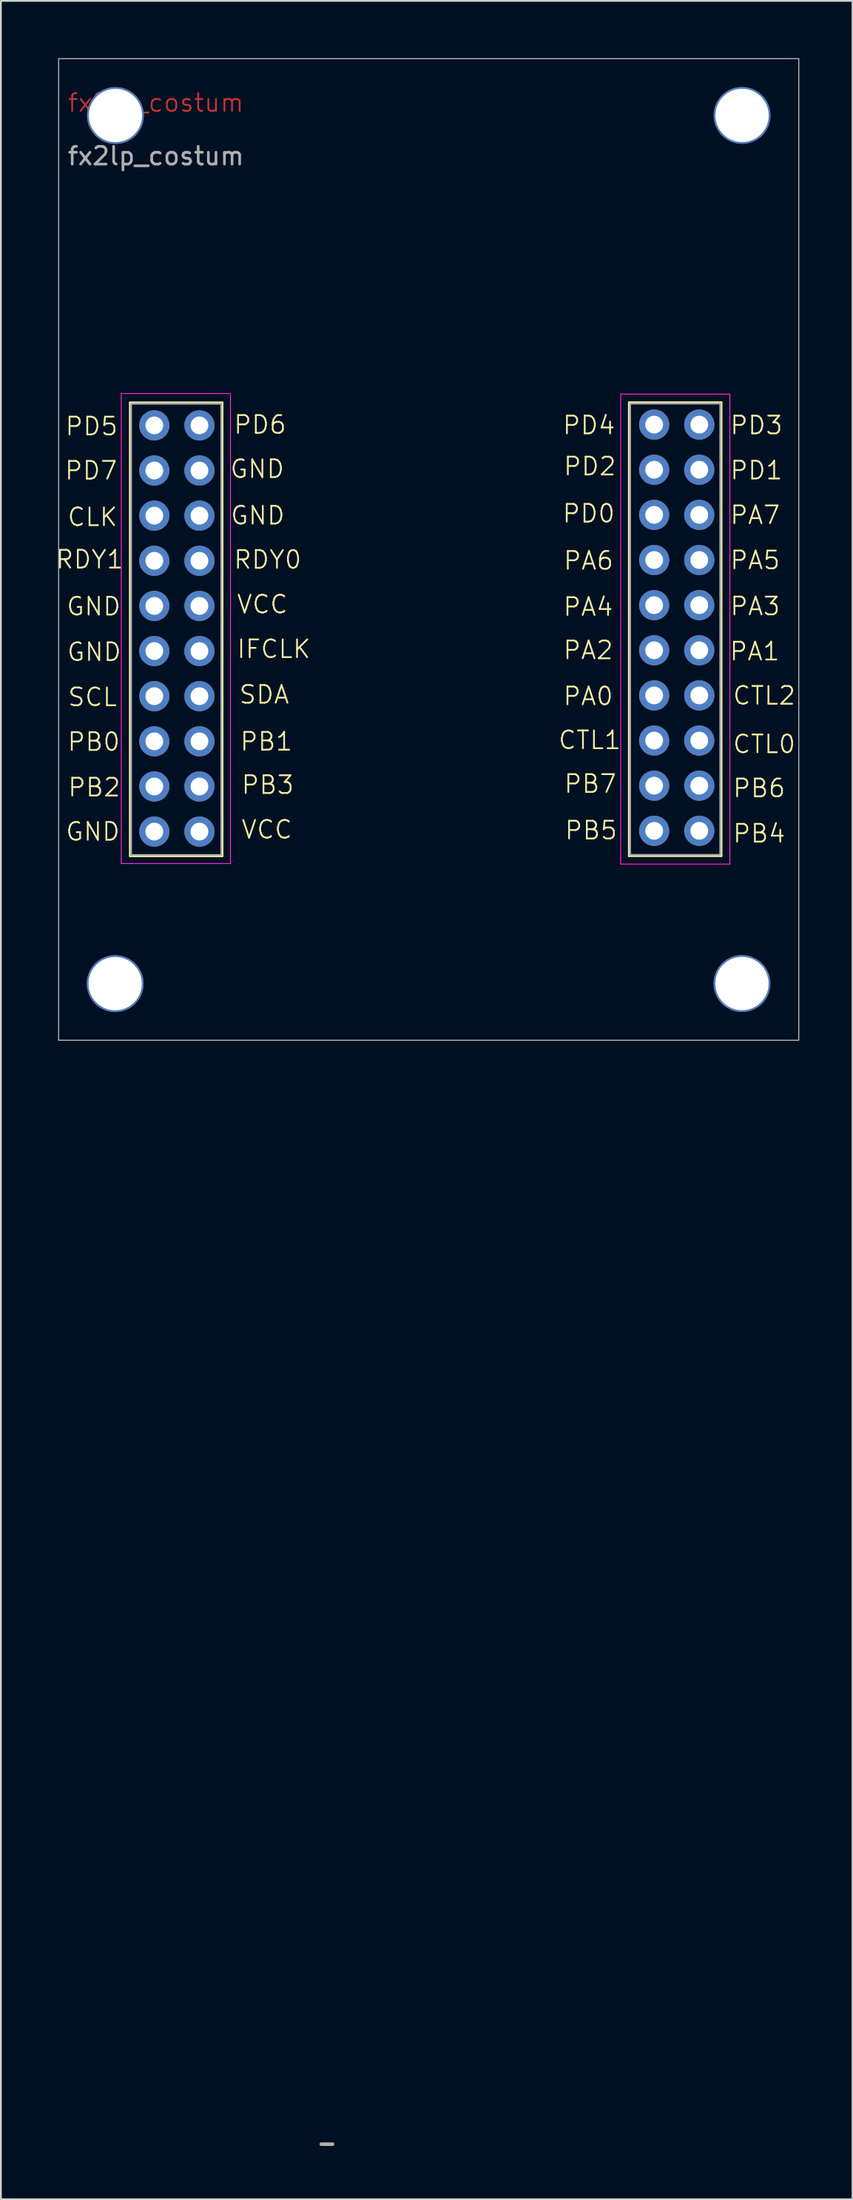
<source format=kicad_pcb>
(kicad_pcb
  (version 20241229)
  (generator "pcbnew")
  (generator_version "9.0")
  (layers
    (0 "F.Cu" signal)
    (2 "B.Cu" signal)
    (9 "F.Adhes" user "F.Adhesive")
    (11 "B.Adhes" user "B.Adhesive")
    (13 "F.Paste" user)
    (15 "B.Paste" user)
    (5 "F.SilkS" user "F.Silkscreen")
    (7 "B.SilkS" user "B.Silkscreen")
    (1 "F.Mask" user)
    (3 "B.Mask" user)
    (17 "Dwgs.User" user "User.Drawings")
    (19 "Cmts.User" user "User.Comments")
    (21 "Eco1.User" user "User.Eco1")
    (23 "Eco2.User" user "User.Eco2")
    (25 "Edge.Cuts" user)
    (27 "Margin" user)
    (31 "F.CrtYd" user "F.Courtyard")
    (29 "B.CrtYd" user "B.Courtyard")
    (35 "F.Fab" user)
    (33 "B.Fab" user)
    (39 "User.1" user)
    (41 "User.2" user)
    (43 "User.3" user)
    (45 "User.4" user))
  (footprint "fx2lp_costum"
    (layer "F.Cu")
    (at 0.25 0.25)
    (property "Reference" "fx2lp_costum" (at 5.48 2.48 0) (unlocked yes) (layer "F.Cu") (effects (font (size 1 1) (thickness 0.1))))
    (attr through_hole)
    (fp_line (start 7.93 25.719) (end 7.93 25.219) (stroke (width 0.2) (type default)) (layer "F.Cu"))
    (fp_line (start 4.021 19.356) (end 9.221 19.356) (stroke (width 0.12) (type solid)) (layer "F.SilkS"))
    (fp_line (start 4.021 19.36) (end 4.021 44.876) (stroke (width 0.12) (type solid)) (layer "F.SilkS"))
    (fp_line (start 4.021 44.876) (end 9.221 44.876) (stroke (width 0.12) (type solid)) (layer "F.SilkS"))
    (fp_line (start 9.221 19.356) (end 9.221 44.876) (stroke (width 0.12) (type solid)) (layer "F.SilkS"))
    (fp_line (start 32.119 19.348) (end 32.119 44.868) (stroke (width 0.12) (type solid)) (layer "F.SilkS"))
    (fp_line (start 32.119 44.868) (end 37.319 44.868) (stroke (width 0.12) (type solid)) (layer "F.SilkS"))
    (fp_line (start 32.145 19.348) (end 37.319 19.348) (stroke (width 0.12) (type solid)) (layer "F.SilkS"))
    (fp_line (start 37.319 19.348) (end 37.319 44.868) (stroke (width 0.12) (type solid)) (layer "F.SilkS"))
    (fp_rect (start 0 0) (end 41.68 55.24) (stroke (width 0.05) (type solid)) (fill no) (layer "Edge.Cuts"))
    (fp_line (start 3.526 18.846) (end 3.526 45.296) (stroke (width 0.05) (type solid)) (layer "F.CrtYd"))
    (fp_line (start 3.526 45.296) (end 9.676 45.296) (stroke (width 0.05) (type solid)) (layer "F.CrtYd"))
    (fp_line (start 9.676 18.846) (end 3.526 18.846) (stroke (width 0.05) (type solid)) (layer "F.CrtYd"))
    (fp_line (start 9.676 45.296) (end 9.676 18.846) (stroke (width 0.05) (type solid)) (layer "F.CrtYd"))
    (fp_line (start 31.649 18.878) (end 31.649 45.328) (stroke (width 0.05) (type solid)) (layer "F.CrtYd"))
    (fp_line (start 31.649 45.328) (end 37.799 45.328) (stroke (width 0.05) (type solid)) (layer "F.CrtYd"))
    (fp_line (start 37.799 18.878) (end 31.649 18.878) (stroke (width 0.05) (type solid)) (layer "F.CrtYd"))
    (fp_line (start 37.799 45.328) (end 37.799 18.878) (stroke (width 0.05) (type solid)) (layer "F.CrtYd"))
    (fp_line (start 4.081 19.416) (end 9.161 19.416) (stroke (width 0.1) (type solid)) (layer "F.Fab"))
    (fp_line (start 4.081 44.816) (end 4.081 19.445) (stroke (width 0.1) (type solid)) (layer "F.Fab"))
    (fp_line (start 9.161 19.416) (end 9.161 44.816) (stroke (width 0.1) (type solid)) (layer "F.Fab"))
    (fp_line (start 9.161 44.816) (end 4.081 44.816) (stroke (width 0.1) (type solid)) (layer "F.Fab"))
    (fp_line (start 15.425 117.365) (end 14.79 117.365) (stroke (width 0.2) (type solid)) (layer "F.Fab"))
    (fp_line (start 32.179 19.408) (end 37.259 19.408) (stroke (width 0.1) (type solid)) (layer "F.Fab"))
    (fp_line (start 32.179 44.808) (end 32.179 19.415) (stroke (width 0.1) (type solid)) (layer "F.Fab"))
    (fp_line (start 37.259 19.408) (end 37.259 44.808) (stroke (width 0.1) (type solid)) (layer "F.Fab"))
    (fp_line (start 37.259 44.808) (end 32.179 44.808) (stroke (width 0.1) (type solid)) (layer "F.Fab"))
    (fp_text user "RDY1" (at -0.222 28.769 0) (unlocked yes) (layer "F.SilkS") (effects (font (size 1 1) (thickness 0.1)) (justify left bottom)))
    (fp_text user "PB2" (at 0.464 41.596 0) (unlocked yes) (layer "F.SilkS") (effects (font (size 1 1) (thickness 0.1)) (justify left bottom)))
    (fp_text user "CTL1" (at 28.079 38.934 0) (unlocked yes) (layer "F.SilkS") (effects (font (size 1 1) (thickness 0.1)) (justify left bottom)))
    (fp_text user "PB0" (at 0.438 39.031 0) (unlocked yes) (layer "F.SilkS") (effects (font (size 1 1) (thickness 0.1)) (justify left bottom)))
    (fp_text user "PB5" (at 28.439 44.014 0) (unlocked yes) (layer "F.SilkS") (effects (font (size 1 1) (thickness 0.1)) (justify left bottom)))
    (fp_text user "CLK" (at 0.438 26.382 0) (unlocked yes) (layer "F.SilkS") (effects (font (size 1 1) (thickness 0.1)) (justify left bottom)))
    (fp_text user "PD0" (at 28.309 26.184 0) (unlocked yes) (layer "F.SilkS") (effects (font (size 1 1) (thickness 0.1)) (justify left bottom)))
    (fp_text user "CTL0" (at 37.903 39.161 0) (unlocked yes) (layer "F.SilkS") (effects (font (size 1 1) (thickness 0.1)) (justify left bottom)))
    (fp_text user "PA1" (at 37.725 33.941 0) (unlocked yes) (layer "F.SilkS") (effects (font (size 1 1) (thickness 0.1)) (justify left bottom)))
    (fp_text user "GND" (at 0.413 33.976 0) (unlocked yes) (layer "F.SilkS") (effects (font (size 1 1) (thickness 0.1)) (justify left bottom)))
    (fp_text user "PD3" (at 37.75 21.216 0) (unlocked yes) (layer "F.SilkS") (effects (font (size 1 1) (thickness 0.1)) (justify left bottom)))
    (fp_text user "PA0" (at 28.349 36.464 0) (unlocked yes) (layer "F.SilkS") (effects (font (size 1 1) (thickness 0.1)) (justify left bottom)))
    (fp_text user "PD5" (at 0.311 21.276 0) (unlocked yes) (layer "F.SilkS") (effects (font (size 1 1) (thickness 0.1)) (justify left bottom)))
    (fp_text user "PB7" (at 28.399 41.394 0) (unlocked yes) (layer "F.SilkS") (effects (font (size 1 1) (thickness 0.1)) (justify left bottom)))
    (fp_text user "PB6" (at 37.903 41.641 0) (unlocked yes) (layer "F.SilkS") (effects (font (size 1 1) (thickness 0.1)) (justify left bottom)))
    (fp_text user "PA3" (at 37.75 31.401 0) (unlocked yes) (layer "F.SilkS") (effects (font (size 1 1) (thickness 0.1)) (justify left bottom)))
    (fp_text user "PB1" (at 10.157 39.017 0) (unlocked yes) (layer "F.SilkS") (effects (font (size 1 1) (thickness 0.1)) (justify left bottom)))
    (fp_text user "SDA" (at 10.106 36.375 0) (unlocked yes) (layer "F.SilkS") (effects (font (size 1 1) (thickness 0.1)) (justify left bottom)))
    (fp_text user "PD7" (at 0.286 23.765 0) (unlocked yes) (layer "F.SilkS") (effects (font (size 1 1) (thickness 0.1)) (justify left bottom)))
    (fp_text user "PD2" (at 28.371 23.527 0) (unlocked yes) (layer "F.SilkS") (effects (font (size 1 1) (thickness 0.1)) (justify left bottom)))
    (fp_text user "VCC" (at 9.979 31.295 0) (unlocked yes) (layer "F.SilkS") (effects (font (size 1 1) (thickness 0.1)) (justify left bottom)))
    (fp_text user "PD6" (at 9.801 21.186 0) (unlocked yes) (layer "F.SilkS") (effects (font (size 1 1) (thickness 0.1)) (justify left bottom)))
    (fp_text user "PA7" (at 37.75 26.27 0) (unlocked yes) (layer "F.SilkS") (effects (font (size 1 1) (thickness 0.1)) (justify left bottom)))
    (fp_text user "PA4" (at 28.349 31.434 0) (unlocked yes) (layer "F.SilkS") (effects (font (size 1 1) (thickness 0.1)) (justify left bottom)))
    (fp_text user "PB4" (at 37.903 44.191 0) (unlocked yes) (layer "F.SilkS") (effects (font (size 1 1) (thickness 0.1)) (justify left bottom)))
    (fp_text user "GND" (at 0.387 31.411 0) (unlocked yes) (layer "F.SilkS") (effects (font (size 1 1) (thickness 0.1)) (justify left bottom)))
    (fp_text user "GND" (at 9.598 23.675 0) (unlocked yes) (layer "F.SilkS") (effects (font (size 1 1) (thickness 0.1)) (justify left bottom)))
    (fp_text user "IFCLK" (at 9.979 33.81 0) (unlocked yes) (layer "F.SilkS") (effects (font (size 1 1) (thickness 0.1)) (justify left bottom)))
    (fp_text user "SCL" (at 0.464 36.516 0) (unlocked yes) (layer "F.SilkS") (effects (font (size 1 1) (thickness 0.1)) (justify left bottom)))
    (fp_text user "PB3" (at 10.233 41.455 0) (unlocked yes) (layer "F.SilkS") (effects (font (size 1 1) (thickness 0.1)) (justify left bottom)))
    (fp_text user "PA2" (at 28.349 33.874 0) (unlocked yes) (layer "F.SilkS") (effects (font (size 1 1) (thickness 0.1)) (justify left bottom)))
    (fp_text user "CTL2" (at 37.903 36.43 0) (unlocked yes) (layer "F.SilkS") (effects (font (size 1 1) (thickness 0.1)) (justify left bottom)))
    (fp_text user "GND" (at 0.337 44.085 0) (unlocked yes) (layer "F.SilkS") (effects (font (size 1 1) (thickness 0.1)) (justify left bottom)))
    (fp_text user "RDY0" (at 9.801 28.781 0) (unlocked yes) (layer "F.SilkS") (effects (font (size 1 1) (thickness 0.1)) (justify left bottom)))
    (fp_text user "VCC" (at 10.233 43.97 0) (unlocked yes) (layer "F.SilkS") (effects (font (size 1 1) (thickness 0.1)) (justify left bottom)))
    (fp_text user "PD1" (at 37.75 23.756 0) (unlocked yes) (layer "F.SilkS") (effects (font (size 1 1) (thickness 0.1)) (justify left bottom)))
    (fp_text user "PA6" (at 28.369 28.834 0) (unlocked yes) (layer "F.SilkS") (effects (font (size 1 1) (thickness 0.1)) (justify left bottom)))
    (fp_text user "PD4" (at 28.32 21.216 0) (unlocked yes) (layer "F.SilkS") (effects (font (size 1 1) (thickness 0.1)) (justify left bottom)))
    (fp_text user "PA5" (at 37.75 28.81 0) (unlocked yes) (layer "F.SilkS") (effects (font (size 1 1) (thickness 0.1)) (justify left bottom)))
    (fp_text user "GND" (at 9.623 26.292 0) (unlocked yes) (layer "F.SilkS") (effects (font (size 1 1) (thickness 0.1)) (justify left bottom)))
    (fp_text user "${REFERENCE}" (at 5.48 5.48 0) (unlocked yes) (layer "F.Fab") (effects (font (size 1 1) (thickness 0.15))))
    (pad "" np_thru_hole circle (at 3.185 52.055) (size 3.2 3.2) (drill 3) (layers "*.Cu" "*.Mask"))
    (pad "" np_thru_hole circle (at 3.2 3.2) (size 3.2 3.2) (drill 3) (layers "*.Cu" "*.Mask"))
    (pad "" np_thru_hole circle (at 38.48 52.05) (size 3.2 3.2) (drill 3) (layers "*.Cu" "*.Mask"))
    (pad "" np_thru_hole circle (at 38.485 3.195) (size 3.2 3.2) (drill 3) (layers "*.Cu" "*.Mask"))
    (pad "1" thru_hole circle (at 36.075 20.595) (size 1.7 1.7) (drill 1) (layers "*.Cu" "*.Mask"))
    (pad "2" thru_hole circle (at 33.535 20.595) (size 1.7 1.7) (drill 1) (layers "*.Cu" "*.Mask"))
    (pad "3" thru_hole circle (at 36.075 23.135) (size 1.7 1.7) (drill 1) (layers "*.Cu" "*.Mask"))
    (pad "4" thru_hole circle (at 33.535 23.135) (size 1.7 1.7) (drill 1) (layers "*.Cu" "*.Mask"))
    (pad "5" thru_hole circle (at 36.075 25.675) (size 1.7 1.7) (drill 1) (layers "*.Cu" "*.Mask"))
    (pad "6" thru_hole circle (at 33.535 25.675) (size 1.7 1.7) (drill 1) (layers "*.Cu" "*.Mask"))
    (pad "7" thru_hole circle (at 36.075 28.215) (size 1.7 1.7) (drill 1) (layers "*.Cu" "*.Mask"))
    (pad "8" thru_hole circle (at 33.535 28.215) (size 1.7 1.7) (drill 1) (layers "*.Cu" "*.Mask"))
    (pad "9" thru_hole circle (at 36.075 30.755) (size 1.7 1.7) (drill 1) (layers "*.Cu" "*.Mask"))
    (pad "10" thru_hole circle (at 33.535 30.755) (size 1.7 1.7) (drill 1) (layers "*.Cu" "*.Mask"))
    (pad "11" thru_hole circle (at 36.075 33.295) (size 1.7 1.7) (drill 1) (layers "*.Cu" "*.Mask"))
    (pad "12" thru_hole circle (at 33.535 33.295) (size 1.7 1.7) (drill 1) (layers "*.Cu" "*.Mask"))
    (pad "13" thru_hole circle (at 36.075 35.835) (size 1.7 1.7) (drill 1) (layers "*.Cu" "*.Mask"))
    (pad "14" thru_hole circle (at 33.535 35.835) (size 1.7 1.7) (drill 1) (layers "*.Cu" "*.Mask"))
    (pad "15" thru_hole circle (at 36.075 38.375) (size 1.7 1.7) (drill 1) (layers "*.Cu" "*.Mask"))
    (pad "16" thru_hole circle (at 33.535 38.375) (size 1.7 1.7) (drill 1) (layers "*.Cu" "*.Mask"))
    (pad "17" thru_hole circle (at 36.075 40.915) (size 1.7 1.7) (drill 1) (layers "*.Cu" "*.Mask"))
    (pad "18" thru_hole circle (at 33.535 40.915) (size 1.7 1.7) (drill 1) (layers "*.Cu" "*.Mask"))
    (pad "19" thru_hole circle (at 36.075 43.455) (size 1.7 1.7) (drill 1) (layers "*.Cu" "*.Mask"))
    (pad "20" thru_hole circle (at 33.535 43.455) (size 1.7 1.7) (drill 1) (layers "*.Cu" "*.Mask"))
    (pad "21" thru_hole circle (at 5.39 20.639) (size 1.7 1.7) (drill 1) (layers "*.Cu" "*.Mask"))
    (pad "22" thru_hole circle (at 7.93 20.639) (size 1.7 1.7) (drill 1) (layers "*.Cu" "*.Mask"))
    (pad "23" thru_hole circle (at 5.39 23.179) (size 1.7 1.7) (drill 1) (layers "*.Cu" "*.Mask"))
    (pad "24" thru_hole circle (at 7.93 23.179) (size 1.7 1.7) (drill 1) (layers "*.Cu" "*.Mask"))
    (pad "25" thru_hole circle (at 5.39 25.719) (size 1.7 1.7) (drill 1) (layers "*.Cu" "*.Mask"))
    (pad "26" thru_hole circle (at 7.93 25.719) (size 1.7 1.7) (drill 1) (layers "*.Cu" "*.Mask"))
    (pad "27" thru_hole circle (at 5.39 28.259) (size 1.7 1.7) (drill 1) (layers "*.Cu" "*.Mask"))
    (pad "28" thru_hole circle (at 7.93 28.259) (size 1.7 1.7) (drill 1) (layers "*.Cu" "*.Mask"))
    (pad "29" thru_hole circle (at 5.39 30.799) (size 1.7 1.7) (drill 1) (layers "*.Cu" "*.Mask"))
    (pad "30" thru_hole circle (at 7.93 30.799) (size 1.7 1.7) (drill 1) (layers "*.Cu" "*.Mask"))
    (pad "31" thru_hole circle (at 5.39 33.339) (size 1.7 1.7) (drill 1) (layers "*.Cu" "*.Mask"))
    (pad "32" thru_hole circle (at 7.93 33.339) (size 1.7 1.7) (drill 1) (layers "*.Cu" "*.Mask"))
    (pad "33" thru_hole circle (at 5.39 35.879) (size 1.7 1.7) (drill 1) (layers "*.Cu" "*.Mask"))
    (pad "34" thru_hole circle (at 7.93 35.879) (size 1.7 1.7) (drill 1) (layers "*.Cu" "*.Mask"))
    (pad "35" thru_hole circle (at 5.39 38.419) (size 1.7 1.7) (drill 1) (layers "*.Cu" "*.Mask"))
    (pad "36" thru_hole circle (at 7.93 38.419) (size 1.7 1.7) (drill 1) (layers "*.Cu" "*.Mask"))
    (pad "37" thru_hole circle (at 5.39 40.959) (size 1.7 1.7) (drill 1) (layers "*.Cu" "*.Mask"))
    (pad "38" thru_hole circle (at 7.93 40.959) (size 1.7 1.7) (drill 1) (layers "*.Cu" "*.Mask"))
    (pad "39" thru_hole circle (at 5.39 43.499) (size 1.7 1.7) (drill 1) (layers "*.Cu" "*.Mask"))
    (pad "40" thru_hole circle (at 7.93 43.499) (size 1.7 1.7) (drill 1) (layers "*.Cu" "*.Mask")))
  (gr_rect
    (start -3 -3)
    (end 44.955 120.715)
    (stroke (width 0.1) (type default))
    (fill no)
    (layer "Edge.Cuts")))
</source>
